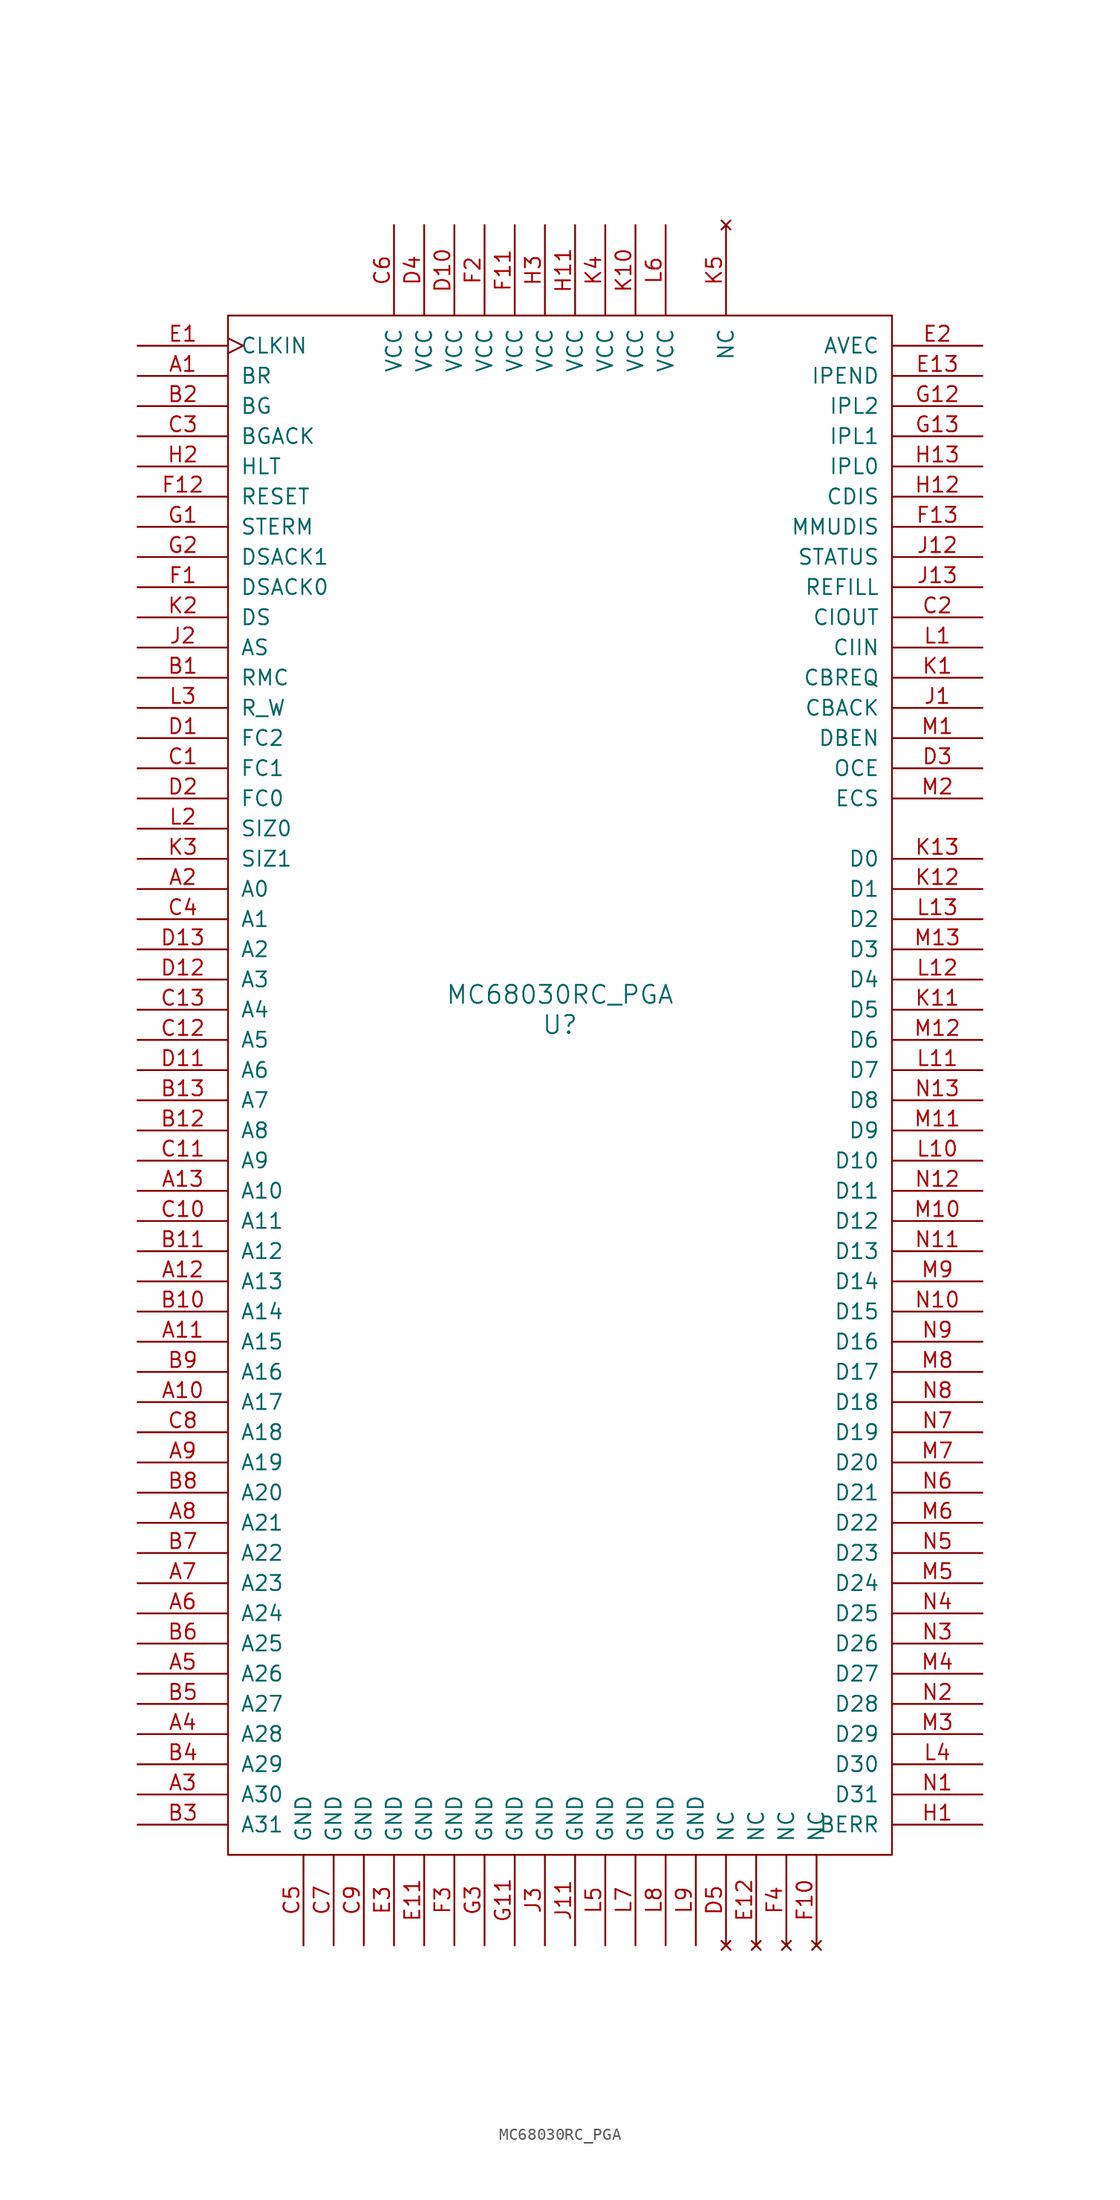
<source format=kicad_sym>
(kicad_symbol_lib
  (version 20211014)
  (generator kicad_symbol_editor)
  (symbol "MC68030RC_PGA"
    (pin_names
      (offset 1.016))
    (property "Reference" "U"
      (at 0 0 0)
      (effects (font (size 1.524 1.524))))
    (property "Value" "MC68030RC_PGA"
      (at 0 2.54 0)
      (effects (font (size 1.524 1.524))))
    (property "Footprint" ""
      (at 0 0 0)
      (effects (font (size 1.524 1.524))))
    (property "Datasheet" ""
      (at 0 0 0)
      (effects (font (size 1.524 1.524))))
    (symbol "MC68030RC_PGA_0_1"
      (rectangle (start -27.94 59.69) (end 27.94 -69.85) (stroke (width 0) (type default) (color 0 0 0 0)) (fill (type none))))
    (symbol "MC68030RC_PGA_1_1"
      (pin input line (at -35.56 54.61 0) (length 7.62) (name "BR" (effects (font (size 1.27 1.27)))) (number "A1" (effects (font (size 1.27 1.27)))))
      (pin tri_state line (at -35.56 -31.75 0) (length 7.62) (name "A17" (effects (font (size 1.27 1.27)))) (number "A10" (effects (font (size 1.27 1.27)))))
      (pin tri_state line (at -35.56 -26.67 0) (length 7.62) (name "A15" (effects (font (size 1.27 1.27)))) (number "A11" (effects (font (size 1.27 1.27)))))
      (pin tri_state line (at -35.56 -21.59 0) (length 7.62) (name "A13" (effects (font (size 1.27 1.27)))) (number "A12" (effects (font (size 1.27 1.27)))))
      (pin tri_state line (at -35.56 -13.97 0) (length 7.62) (name "A10" (effects (font (size 1.27 1.27)))) (number "A13" (effects (font (size 1.27 1.27)))))
      (pin tri_state line (at -35.56 11.43 0) (length 7.62) (name "A0" (effects (font (size 1.27 1.27)))) (number "A2" (effects (font (size 1.27 1.27)))))
      (pin tri_state line (at -35.56 -64.77 0) (length 7.62) (name "A30" (effects (font (size 1.27 1.27)))) (number "A3" (effects (font (size 1.27 1.27)))))
      (pin tri_state line (at -35.56 -59.69 0) (length 7.62) (name "A28" (effects (font (size 1.27 1.27)))) (number "A4" (effects (font (size 1.27 1.27)))))
      (pin tri_state line (at -35.56 -54.61 0) (length 7.62) (name "A26" (effects (font (size 1.27 1.27)))) (number "A5" (effects (font (size 1.27 1.27)))))
      (pin tri_state line (at -35.56 -49.53 0) (length 7.62) (name "A24" (effects (font (size 1.27 1.27)))) (number "A6" (effects (font (size 1.27 1.27)))))
      (pin tri_state line (at -35.56 -46.99 0) (length 7.62) (name "A23" (effects (font (size 1.27 1.27)))) (number "A7" (effects (font (size 1.27 1.27)))))
      (pin tri_state line (at -35.56 -41.91 0) (length 7.62) (name "A21" (effects (font (size 1.27 1.27)))) (number "A8" (effects (font (size 1.27 1.27)))))
      (pin tri_state line (at -35.56 -36.83 0) (length 7.62) (name "A19" (effects (font (size 1.27 1.27)))) (number "A9" (effects (font (size 1.27 1.27)))))
      (pin output line (at -35.56 29.21 0) (length 7.62) (name "RMC" (effects (font (size 1.27 1.27)))) (number "B1" (effects (font (size 1.27 1.27)))))
      (pin tri_state line (at -35.56 -24.13 0) (length 7.62) (name "A14" (effects (font (size 1.27 1.27)))) (number "B10" (effects (font (size 1.27 1.27)))))
      (pin tri_state line (at -35.56 -19.05 0) (length 7.62) (name "A12" (effects (font (size 1.27 1.27)))) (number "B11" (effects (font (size 1.27 1.27)))))
      (pin tri_state line (at -35.56 -8.89 0) (length 7.62) (name "A8" (effects (font (size 1.27 1.27)))) (number "B12" (effects (font (size 1.27 1.27)))))
      (pin tri_state line (at -35.56 -6.35 0) (length 7.62) (name "A7" (effects (font (size 1.27 1.27)))) (number "B13" (effects (font (size 1.27 1.27)))))
      (pin output line (at -35.56 52.07 0) (length 7.62) (name "BG" (effects (font (size 1.27 1.27)))) (number "B2" (effects (font (size 1.27 1.27)))))
      (pin tri_state line (at -35.56 -67.31 0) (length 7.62) (name "A31" (effects (font (size 1.27 1.27)))) (number "B3" (effects (font (size 1.27 1.27)))))
      (pin tri_state line (at -35.56 -62.23 0) (length 7.62) (name "A29" (effects (font (size 1.27 1.27)))) (number "B4" (effects (font (size 1.27 1.27)))))
      (pin tri_state line (at -35.56 -57.15 0) (length 7.62) (name "A27" (effects (font (size 1.27 1.27)))) (number "B5" (effects (font (size 1.27 1.27)))))
      (pin tri_state line (at -35.56 -52.07 0) (length 7.62) (name "A25" (effects (font (size 1.27 1.27)))) (number "B6" (effects (font (size 1.27 1.27)))))
      (pin tri_state line (at -35.56 -44.45 0) (length 7.62) (name "A22" (effects (font (size 1.27 1.27)))) (number "B7" (effects (font (size 1.27 1.27)))))
      (pin tri_state line (at -35.56 -39.37 0) (length 7.62) (name "A20" (effects (font (size 1.27 1.27)))) (number "B8" (effects (font (size 1.27 1.27)))))
      (pin tri_state line (at -35.56 -29.21 0) (length 7.62) (name "A16" (effects (font (size 1.27 1.27)))) (number "B9" (effects (font (size 1.27 1.27)))))
      (pin output line (at -35.56 21.59 0) (length 7.62) (name "FC1" (effects (font (size 1.27 1.27)))) (number "C1" (effects (font (size 1.27 1.27)))))
      (pin tri_state line (at -35.56 -16.51 0) (length 7.62) (name "A11" (effects (font (size 1.27 1.27)))) (number "C10" (effects (font (size 1.27 1.27)))))
      (pin tri_state line (at -35.56 -11.43 0) (length 7.62) (name "A9" (effects (font (size 1.27 1.27)))) (number "C11" (effects (font (size 1.27 1.27)))))
      (pin tri_state line (at -35.56 -1.27 0) (length 7.62) (name "A5" (effects (font (size 1.27 1.27)))) (number "C12" (effects (font (size 1.27 1.27)))))
      (pin tri_state line (at -35.56 1.27 0) (length 7.62) (name "A4" (effects (font (size 1.27 1.27)))) (number "C13" (effects (font (size 1.27 1.27)))))
      (pin output line (at 35.56 34.29 180) (length 7.62) (name "CIOUT" (effects (font (size 1.27 1.27)))) (number "C2" (effects (font (size 1.27 1.27)))))
      (pin output line (at -35.56 49.53 0) (length 7.62) (name "BGACK" (effects (font (size 1.27 1.27)))) (number "C3" (effects (font (size 1.27 1.27)))))
      (pin tri_state line (at -35.56 8.89 0) (length 7.62) (name "A1" (effects (font (size 1.27 1.27)))) (number "C4" (effects (font (size 1.27 1.27)))))
      (pin passive line (at -21.59 -77.47 90) (length 7.62) (name "GND" (effects (font (size 1.27 1.27)))) (number "C5" (effects (font (size 1.27 1.27)))))
      (pin power_in line (at -13.97 67.31 270) (length 7.62) (name "VCC" (effects (font (size 1.27 1.27)))) (number "C6" (effects (font (size 1.27 1.27)))))
      (pin passive line (at -19.05 -77.47 90) (length 7.62) (name "GND" (effects (font (size 1.27 1.27)))) (number "C7" (effects (font (size 1.27 1.27)))))
      (pin tri_state line (at -35.56 -34.29 0) (length 7.62) (name "A18" (effects (font (size 1.27 1.27)))) (number "C8" (effects (font (size 1.27 1.27)))))
      (pin passive line (at -16.51 -77.47 90) (length 7.62) (name "GND" (effects (font (size 1.27 1.27)))) (number "C9" (effects (font (size 1.27 1.27)))))
      (pin output line (at -35.56 24.13 0) (length 7.62) (name "FC2" (effects (font (size 1.27 1.27)))) (number "D1" (effects (font (size 1.27 1.27)))))
      (pin power_in line (at -8.89 67.31 270) (length 7.62) (name "VCC" (effects (font (size 1.27 1.27)))) (number "D10" (effects (font (size 1.27 1.27)))))
      (pin tri_state line (at -35.56 -3.81 0) (length 7.62) (name "A6" (effects (font (size 1.27 1.27)))) (number "D11" (effects (font (size 1.27 1.27)))))
      (pin tri_state line (at -35.56 3.81 0) (length 7.62) (name "A3" (effects (font (size 1.27 1.27)))) (number "D12" (effects (font (size 1.27 1.27)))))
      (pin tri_state line (at -35.56 6.35 0) (length 7.62) (name "A2" (effects (font (size 1.27 1.27)))) (number "D13" (effects (font (size 1.27 1.27)))))
      (pin output line (at -35.56 19.05 0) (length 7.62) (name "FC0" (effects (font (size 1.27 1.27)))) (number "D2" (effects (font (size 1.27 1.27)))))
      (pin input line (at 35.56 21.59 180) (length 7.62) (name "OCE" (effects (font (size 1.27 1.27)))) (number "D3" (effects (font (size 1.27 1.27)))))
      (pin power_in line (at -11.43 67.31 270) (length 7.62) (name "VCC" (effects (font (size 1.27 1.27)))) (number "D4" (effects (font (size 1.27 1.27)))))
      (pin no_connect line (at 13.97 -77.47 90) (length 7.62) (name "NC" (effects (font (size 1.27 1.27)))) (number "D5" (effects (font (size 1.27 1.27)))))
      (pin input clock (at -35.56 57.15 0) (length 7.62) (name "CLKIN" (effects (font (size 1.27 1.27)))) (number "E1" (effects (font (size 1.27 1.27)))))
      (pin passive line (at -11.43 -77.47 90) (length 7.62) (name "GND" (effects (font (size 1.27 1.27)))) (number "E11" (effects (font (size 1.27 1.27)))))
      (pin no_connect line (at 16.51 -77.47 90) (length 7.62) (name "NC" (effects (font (size 1.27 1.27)))) (number "E12" (effects (font (size 1.27 1.27)))))
      (pin output line (at 35.56 54.61 180) (length 7.62) (name "IPEND" (effects (font (size 1.27 1.27)))) (number "E13" (effects (font (size 1.27 1.27)))))
      (pin input line (at 35.56 57.15 180) (length 7.62) (name "AVEC" (effects (font (size 1.27 1.27)))) (number "E2" (effects (font (size 1.27 1.27)))))
      (pin passive line (at -13.97 -77.47 90) (length 7.62) (name "GND" (effects (font (size 1.27 1.27)))) (number "E3" (effects (font (size 1.27 1.27)))))
      (pin input line (at -35.56 36.83 0) (length 7.62) (name "DSACK0" (effects (font (size 1.27 1.27)))) (number "F1" (effects (font (size 1.27 1.27)))))
      (pin no_connect line (at 21.59 -77.47 90) (length 7.62) (name "NC" (effects (font (size 1.27 1.27)))) (number "F10" (effects (font (size 1.27 1.27)))))
      (pin power_in line (at -3.81 67.31 270) (length 7.62) (name "VCC" (effects (font (size 1.27 1.27)))) (number "F11" (effects (font (size 1.27 1.27)))))
      (pin input line (at -35.56 44.45 0) (length 7.62) (name "RESET" (effects (font (size 1.27 1.27)))) (number "F12" (effects (font (size 1.27 1.27)))))
      (pin input line (at 35.56 41.91 180) (length 7.62) (name "MMUDIS" (effects (font (size 1.27 1.27)))) (number "F13" (effects (font (size 1.27 1.27)))))
      (pin power_in line (at -6.35 67.31 270) (length 7.62) (name "VCC" (effects (font (size 1.27 1.27)))) (number "F2" (effects (font (size 1.27 1.27)))))
      (pin passive line (at -8.89 -77.47 90) (length 7.62) (name "GND" (effects (font (size 1.27 1.27)))) (number "F3" (effects (font (size 1.27 1.27)))))
      (pin no_connect line (at 19.05 -77.47 90) (length 7.62) (name "NC" (effects (font (size 1.27 1.27)))) (number "F4" (effects (font (size 1.27 1.27)))))
      (pin input line (at -35.56 41.91 0) (length 7.62) (name "STERM" (effects (font (size 1.27 1.27)))) (number "G1" (effects (font (size 1.27 1.27)))))
      (pin passive line (at -3.81 -77.47 90) (length 7.62) (name "GND" (effects (font (size 1.27 1.27)))) (number "G11" (effects (font (size 1.27 1.27)))))
      (pin input line (at 35.56 52.07 180) (length 7.62) (name "IPL2" (effects (font (size 1.27 1.27)))) (number "G12" (effects (font (size 1.27 1.27)))))
      (pin input line (at 35.56 49.53 180) (length 7.62) (name "IPL1" (effects (font (size 1.27 1.27)))) (number "G13" (effects (font (size 1.27 1.27)))))
      (pin input line (at -35.56 39.37 0) (length 7.62) (name "DSACK1" (effects (font (size 1.27 1.27)))) (number "G2" (effects (font (size 1.27 1.27)))))
      (pin passive line (at -6.35 -77.47 90) (length 7.62) (name "GND" (effects (font (size 1.27 1.27)))) (number "G3" (effects (font (size 1.27 1.27)))))
      (pin input line (at 35.56 -67.31 180) (length 7.62) (name "BERR" (effects (font (size 1.27 1.27)))) (number "H1" (effects (font (size 1.27 1.27)))))
      (pin power_in line (at 1.27 67.31 270) (length 7.62) (name "VCC" (effects (font (size 1.27 1.27)))) (number "H11" (effects (font (size 1.27 1.27)))))
      (pin input line (at 35.56 44.45 180) (length 7.62) (name "CDIS" (effects (font (size 1.27 1.27)))) (number "H12" (effects (font (size 1.27 1.27)))))
      (pin input line (at 35.56 46.99 180) (length 7.62) (name "IPL0" (effects (font (size 1.27 1.27)))) (number "H13" (effects (font (size 1.27 1.27)))))
      (pin bidirectional line (at -35.56 46.99 0) (length 7.62) (name "HLT" (effects (font (size 1.27 1.27)))) (number "H2" (effects (font (size 1.27 1.27)))))
      (pin power_in line (at -1.27 67.31 270) (length 7.62) (name "VCC" (effects (font (size 1.27 1.27)))) (number "H3" (effects (font (size 1.27 1.27)))))
      (pin input line (at 35.56 26.67 180) (length 7.62) (name "CBACK" (effects (font (size 1.27 1.27)))) (number "J1" (effects (font (size 1.27 1.27)))))
      (pin passive line (at 1.27 -77.47 90) (length 7.62) (name "GND" (effects (font (size 1.27 1.27)))) (number "J11" (effects (font (size 1.27 1.27)))))
      (pin input line (at 35.56 39.37 180) (length 7.62) (name "STATUS" (effects (font (size 1.27 1.27)))) (number "J12" (effects (font (size 1.27 1.27)))))
      (pin input line (at 35.56 36.83 180) (length 7.62) (name "REFILL" (effects (font (size 1.27 1.27)))) (number "J13" (effects (font (size 1.27 1.27)))))
      (pin output line (at -35.56 31.75 0) (length 7.62) (name "AS" (effects (font (size 1.27 1.27)))) (number "J2" (effects (font (size 1.27 1.27)))))
      (pin passive line (at -1.27 -77.47 90) (length 7.62) (name "GND" (effects (font (size 1.27 1.27)))) (number "J3" (effects (font (size 1.27 1.27)))))
      (pin input line (at 35.56 29.21 180) (length 7.62) (name "CBREQ" (effects (font (size 1.27 1.27)))) (number "K1" (effects (font (size 1.27 1.27)))))
      (pin power_in line (at 6.35 67.31 270) (length 7.62) (name "VCC" (effects (font (size 1.27 1.27)))) (number "K10" (effects (font (size 1.27 1.27)))))
      (pin input line (at 35.56 1.27 180) (length 7.62) (name "D5" (effects (font (size 1.27 1.27)))) (number "K11" (effects (font (size 1.27 1.27)))))
      (pin input line (at 35.56 11.43 180) (length 7.62) (name "D1" (effects (font (size 1.27 1.27)))) (number "K12" (effects (font (size 1.27 1.27)))))
      (pin input line (at 35.56 13.97 180) (length 7.62) (name "D0" (effects (font (size 1.27 1.27)))) (number "K13" (effects (font (size 1.27 1.27)))))
      (pin output line (at -35.56 34.29 0) (length 7.62) (name "DS" (effects (font (size 1.27 1.27)))) (number "K2" (effects (font (size 1.27 1.27)))))
      (pin output line (at -35.56 13.97 0) (length 7.62) (name "SIZ1" (effects (font (size 1.27 1.27)))) (number "K3" (effects (font (size 1.27 1.27)))))
      (pin power_in line (at 3.81 67.31 270) (length 7.62) (name "VCC" (effects (font (size 1.27 1.27)))) (number "K4" (effects (font (size 1.27 1.27)))))
      (pin no_connect line (at 13.97 67.31 270) (length 7.62) (name "NC" (effects (font (size 1.27 1.27)))) (number "K5" (effects (font (size 1.27 1.27)))))
      (pin input line (at 35.56 31.75 180) (length 7.62) (name "CIIN" (effects (font (size 1.27 1.27)))) (number "L1" (effects (font (size 1.27 1.27)))))
      (pin input line (at 35.56 -11.43 180) (length 7.62) (name "D10" (effects (font (size 1.27 1.27)))) (number "L10" (effects (font (size 1.27 1.27)))))
      (pin input line (at 35.56 -3.81 180) (length 7.62) (name "D7" (effects (font (size 1.27 1.27)))) (number "L11" (effects (font (size 1.27 1.27)))))
      (pin input line (at 35.56 3.81 180) (length 7.62) (name "D4" (effects (font (size 1.27 1.27)))) (number "L12" (effects (font (size 1.27 1.27)))))
      (pin input line (at 35.56 8.89 180) (length 7.62) (name "D2" (effects (font (size 1.27 1.27)))) (number "L13" (effects (font (size 1.27 1.27)))))
      (pin output line (at -35.56 16.51 0) (length 7.62) (name "SIZ0" (effects (font (size 1.27 1.27)))) (number "L2" (effects (font (size 1.27 1.27)))))
      (pin output line (at -35.56 26.67 0) (length 7.62) (name "R_W" (effects (font (size 1.27 1.27)))) (number "L3" (effects (font (size 1.27 1.27)))))
      (pin input line (at 35.56 -62.23 180) (length 7.62) (name "D30" (effects (font (size 1.27 1.27)))) (number "L4" (effects (font (size 1.27 1.27)))))
      (pin passive line (at 3.81 -77.47 90) (length 7.62) (name "GND" (effects (font (size 1.27 1.27)))) (number "L5" (effects (font (size 1.27 1.27)))))
      (pin power_in line (at 8.89 67.31 270) (length 7.62) (name "VCC" (effects (font (size 1.27 1.27)))) (number "L6" (effects (font (size 1.27 1.27)))))
      (pin passive line (at 6.35 -77.47 90) (length 7.62) (name "GND" (effects (font (size 1.27 1.27)))) (number "L7" (effects (font (size 1.27 1.27)))))
      (pin passive line (at 8.89 -77.47 90) (length 7.62) (name "GND" (effects (font (size 1.27 1.27)))) (number "L8" (effects (font (size 1.27 1.27)))))
      (pin passive line (at 11.43 -77.47 90) (length 7.62) (name "GND" (effects (font (size 1.27 1.27)))) (number "L9" (effects (font (size 1.27 1.27)))))
      (pin input line (at 35.56 24.13 180) (length 7.62) (name "DBEN" (effects (font (size 1.27 1.27)))) (number "M1" (effects (font (size 1.27 1.27)))))
      (pin input line (at 35.56 -16.51 180) (length 7.62) (name "D12" (effects (font (size 1.27 1.27)))) (number "M10" (effects (font (size 1.27 1.27)))))
      (pin input line (at 35.56 -8.89 180) (length 7.62) (name "D9" (effects (font (size 1.27 1.27)))) (number "M11" (effects (font (size 1.27 1.27)))))
      (pin input line (at 35.56 -1.27 180) (length 7.62) (name "D6" (effects (font (size 1.27 1.27)))) (number "M12" (effects (font (size 1.27 1.27)))))
      (pin input line (at 35.56 6.35 180) (length 7.62) (name "D3" (effects (font (size 1.27 1.27)))) (number "M13" (effects (font (size 1.27 1.27)))))
      (pin input line (at 35.56 19.05 180) (length 7.62) (name "ECS" (effects (font (size 1.27 1.27)))) (number "M2" (effects (font (size 1.27 1.27)))))
      (pin input line (at 35.56 -59.69 180) (length 7.62) (name "D29" (effects (font (size 1.27 1.27)))) (number "M3" (effects (font (size 1.27 1.27)))))
      (pin bidirectional line (at 35.56 -54.61 180) (length 7.62) (name "D27" (effects (font (size 1.27 1.27)))) (number "M4" (effects (font (size 1.27 1.27)))))
      (pin input line (at 35.56 -46.99 180) (length 7.62) (name "D24" (effects (font (size 1.27 1.27)))) (number "M5" (effects (font (size 1.27 1.27)))))
      (pin input line (at 35.56 -41.91 180) (length 7.62) (name "D22" (effects (font (size 1.27 1.27)))) (number "M6" (effects (font (size 1.27 1.27)))))
      (pin input line (at 35.56 -36.83 180) (length 7.62) (name "D20" (effects (font (size 1.27 1.27)))) (number "M7" (effects (font (size 1.27 1.27)))))
      (pin input line (at 35.56 -29.21 180) (length 7.62) (name "D17" (effects (font (size 1.27 1.27)))) (number "M8" (effects (font (size 1.27 1.27)))))
      (pin input line (at 35.56 -21.59 180) (length 7.62) (name "D14" (effects (font (size 1.27 1.27)))) (number "M9" (effects (font (size 1.27 1.27)))))
      (pin input line (at 35.56 -64.77 180) (length 7.62) (name "D31" (effects (font (size 1.27 1.27)))) (number "N1" (effects (font (size 1.27 1.27)))))
      (pin input line (at 35.56 -24.13 180) (length 7.62) (name "D15" (effects (font (size 1.27 1.27)))) (number "N10" (effects (font (size 1.27 1.27)))))
      (pin input line (at 35.56 -19.05 180) (length 7.62) (name "D13" (effects (font (size 1.27 1.27)))) (number "N11" (effects (font (size 1.27 1.27)))))
      (pin input line (at 35.56 -13.97 180) (length 7.62) (name "D11" (effects (font (size 1.27 1.27)))) (number "N12" (effects (font (size 1.27 1.27)))))
      (pin input line (at 35.56 -6.35 180) (length 7.62) (name "D8" (effects (font (size 1.27 1.27)))) (number "N13" (effects (font (size 1.27 1.27)))))
      (pin input line (at 35.56 -57.15 180) (length 7.62) (name "D28" (effects (font (size 1.27 1.27)))) (number "N2" (effects (font (size 1.27 1.27)))))
      (pin bidirectional line (at 35.56 -52.07 180) (length 7.62) (name "D26" (effects (font (size 1.27 1.27)))) (number "N3" (effects (font (size 1.27 1.27)))))
      (pin input line (at 35.56 -49.53 180) (length 7.62) (name "D25" (effects (font (size 1.27 1.27)))) (number "N4" (effects (font (size 1.27 1.27)))))
      (pin input line (at 35.56 -44.45 180) (length 7.62) (name "D23" (effects (font (size 1.27 1.27)))) (number "N5" (effects (font (size 1.27 1.27)))))
      (pin input line (at 35.56 -39.37 180) (length 7.62) (name "D21" (effects (font (size 1.27 1.27)))) (number "N6" (effects (font (size 1.27 1.27)))))
      (pin input line (at 35.56 -34.29 180) (length 7.62) (name "D19" (effects (font (size 1.27 1.27)))) (number "N7" (effects (font (size 1.27 1.27)))))
      (pin input line (at 35.56 -31.75 180) (length 7.62) (name "D18" (effects (font (size 1.27 1.27)))) (number "N8" (effects (font (size 1.27 1.27)))))
      (pin input line (at 35.56 -26.67 180) (length 7.62) (name "D16" (effects (font (size 1.27 1.27)))) (number "N9" (effects (font (size 1.27 1.27))))))))
</source>
